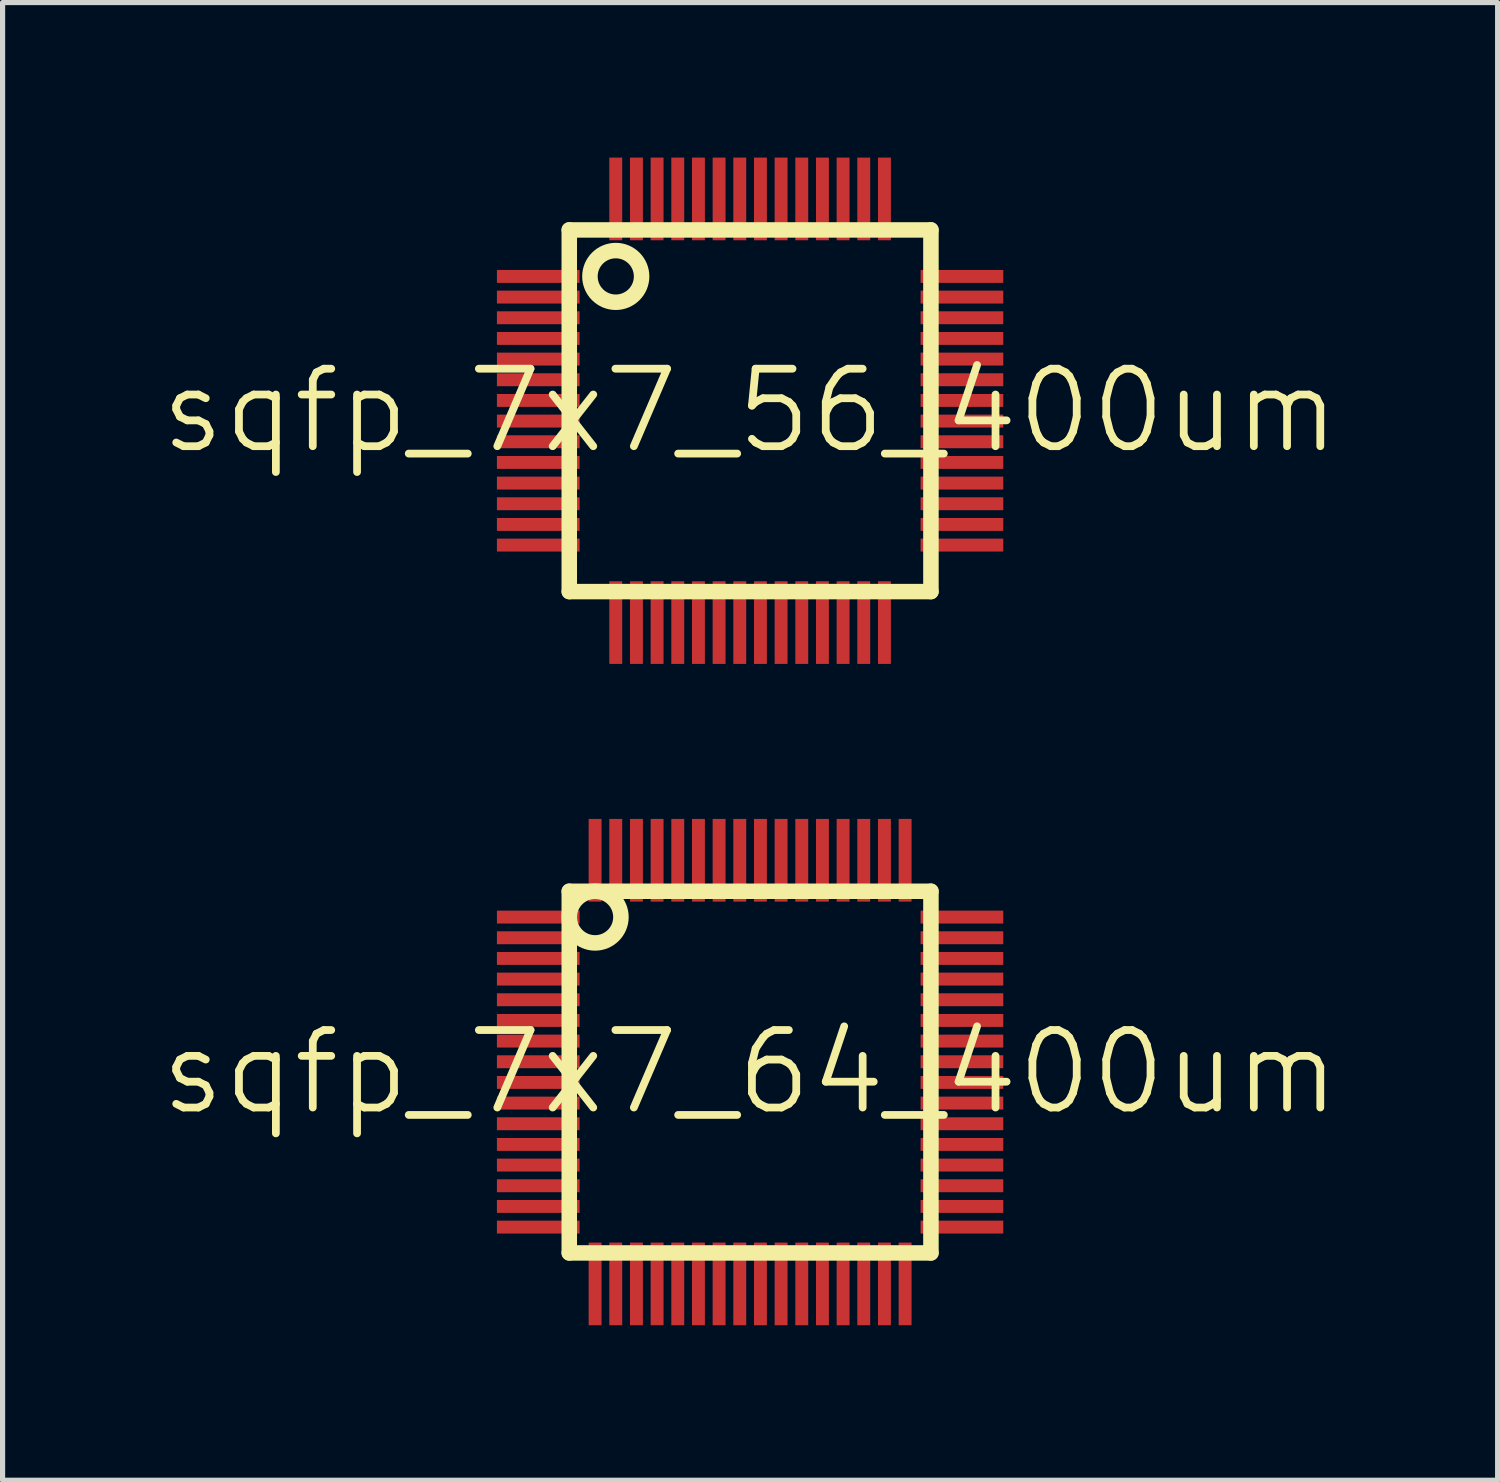
<source format=kicad_pcb>
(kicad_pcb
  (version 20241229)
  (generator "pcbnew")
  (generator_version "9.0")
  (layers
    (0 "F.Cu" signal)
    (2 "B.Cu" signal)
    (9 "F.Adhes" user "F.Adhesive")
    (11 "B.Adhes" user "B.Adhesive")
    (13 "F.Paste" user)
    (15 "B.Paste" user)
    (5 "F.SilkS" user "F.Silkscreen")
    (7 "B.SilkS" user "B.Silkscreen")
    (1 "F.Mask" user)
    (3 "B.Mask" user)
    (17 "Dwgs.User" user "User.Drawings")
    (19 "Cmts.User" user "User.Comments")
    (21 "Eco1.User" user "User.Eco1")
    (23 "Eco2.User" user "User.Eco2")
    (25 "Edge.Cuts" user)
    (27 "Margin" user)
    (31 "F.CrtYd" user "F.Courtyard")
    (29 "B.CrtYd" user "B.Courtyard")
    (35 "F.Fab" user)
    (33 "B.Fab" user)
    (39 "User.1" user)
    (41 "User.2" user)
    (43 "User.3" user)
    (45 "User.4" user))
  (footprint "sqfp_7x7_56_400um"
    (layer "F.Cu")
    (at 11.468 4.9)
    (property "Reference" "sqfp_7x7_56_400um" (at 0 0 0) (layer "F.SilkS") (effects (font (size 1.5 1.5) (thickness 0.15))))
    (attr through_hole)
    (fp_line (start -3.5 -3.5) (end 3.5 -3.5) (stroke (width 0.3) (type solid)) (layer "F.SilkS"))
    (fp_line (start -3.5 3.5) (end -3.5 -3.5) (stroke (width 0.3) (type solid)) (layer "F.SilkS"))
    (fp_line (start 3.5 -3.5) (end 3.5 3.5) (stroke (width 0.3) (type solid)) (layer "F.SilkS"))
    (fp_line (start 3.5 3.5) (end -3.5 3.5) (stroke (width 0.3) (type solid)) (layer "F.SilkS"))
    (fp_circle (center -2.6 -2.6) (end -2.1 -2.6) (stroke (width 0.3) (type solid)) (fill no) (layer "F.SilkS"))
    (pad "1" smd rect (at -4.1 -2.6 90) (size 0.25 1.6) (layers "F.Cu" "F.Mask" "F.Paste"))
    (pad "2" smd rect (at -4.1 -2.2 90) (size 0.25 1.6) (layers "F.Cu" "F.Mask" "F.Paste"))
    (pad "3" smd rect (at -4.1 -1.8 90) (size 0.25 1.6) (layers "F.Cu" "F.Mask" "F.Paste"))
    (pad "4" smd rect (at -4.1 -1.4 90) (size 0.25 1.6) (layers "F.Cu" "F.Mask" "F.Paste"))
    (pad "5" smd rect (at -4.1 -1 90) (size 0.25 1.6) (layers "F.Cu" "F.Mask" "F.Paste"))
    (pad "6" smd rect (at -4.1 -0.6 90) (size 0.25 1.6) (layers "F.Cu" "F.Mask" "F.Paste"))
    (pad "7" smd rect (at -4.1 -0.2 90) (size 0.25 1.6) (layers "F.Cu" "F.Mask" "F.Paste"))
    (pad "8" smd rect (at -4.1 0.2 90) (size 0.25 1.6) (layers "F.Cu" "F.Mask" "F.Paste"))
    (pad "9" smd rect (at -4.1 0.6 90) (size 0.25 1.6) (layers "F.Cu" "F.Mask" "F.Paste"))
    (pad "10" smd rect (at -4.1 1 90) (size 0.25 1.6) (layers "F.Cu" "F.Mask" "F.Paste"))
    (pad "11" smd rect (at -4.1 1.4 90) (size 0.25 1.6) (layers "F.Cu" "F.Mask" "F.Paste"))
    (pad "12" smd rect (at -4.1 1.8 90) (size 0.25 1.6) (layers "F.Cu" "F.Mask" "F.Paste"))
    (pad "13" smd rect (at -4.1 2.2 90) (size 0.25 1.6) (layers "F.Cu" "F.Mask" "F.Paste"))
    (pad "14" smd rect (at -4.1 2.6 90) (size 0.25 1.6) (layers "F.Cu" "F.Mask" "F.Paste"))
    (pad "15" smd rect (at -2.6 4.1) (size 0.25 1.6) (layers "F.Cu" "F.Mask" "F.Paste"))
    (pad "16" smd rect (at -2.2 4.1) (size 0.25 1.6) (layers "F.Cu" "F.Mask" "F.Paste"))
    (pad "17" smd rect (at -1.8 4.1) (size 0.25 1.6) (layers "F.Cu" "F.Mask" "F.Paste"))
    (pad "18" smd rect (at -1.4 4.1) (size 0.25 1.6) (layers "F.Cu" "F.Mask" "F.Paste"))
    (pad "19" smd rect (at -1 4.1) (size 0.25 1.6) (layers "F.Cu" "F.Mask" "F.Paste"))
    (pad "20" smd rect (at -0.6 4.1) (size 0.25 1.6) (layers "F.Cu" "F.Mask" "F.Paste"))
    (pad "21" smd rect (at -0.2 4.1) (size 0.25 1.6) (layers "F.Cu" "F.Mask" "F.Paste"))
    (pad "22" smd rect (at 0.2 4.1) (size 0.25 1.6) (layers "F.Cu" "F.Mask" "F.Paste"))
    (pad "23" smd rect (at 0.6 4.1) (size 0.25 1.6) (layers "F.Cu" "F.Mask" "F.Paste"))
    (pad "24" smd rect (at 1 4.1) (size 0.25 1.6) (layers "F.Cu" "F.Mask" "F.Paste"))
    (pad "25" smd rect (at 1.4 4.1) (size 0.25 1.6) (layers "F.Cu" "F.Mask" "F.Paste"))
    (pad "26" smd rect (at 1.8 4.1) (size 0.25 1.6) (layers "F.Cu" "F.Mask" "F.Paste"))
    (pad "27" smd rect (at 2.2 4.1) (size 0.25 1.6) (layers "F.Cu" "F.Mask" "F.Paste"))
    (pad "28" smd rect (at 2.6 4.1) (size 0.25 1.6) (layers "F.Cu" "F.Mask" "F.Paste"))
    (pad "29" smd rect (at 4.1 2.6 90) (size 0.25 1.6) (layers "F.Cu" "F.Mask" "F.Paste"))
    (pad "30" smd rect (at 4.1 2.2 90) (size 0.25 1.6) (layers "F.Cu" "F.Mask" "F.Paste"))
    (pad "31" smd rect (at 4.1 1.8 90) (size 0.25 1.6) (layers "F.Cu" "F.Mask" "F.Paste"))
    (pad "32" smd rect (at 4.1 1.4 90) (size 0.25 1.6) (layers "F.Cu" "F.Mask" "F.Paste"))
    (pad "33" smd rect (at 4.1 1 90) (size 0.25 1.6) (layers "F.Cu" "F.Mask" "F.Paste"))
    (pad "34" smd rect (at 4.1 0.6 90) (size 0.25 1.6) (layers "F.Cu" "F.Mask" "F.Paste"))
    (pad "35" smd rect (at 4.1 0.2 90) (size 0.25 1.6) (layers "F.Cu" "F.Mask" "F.Paste"))
    (pad "36" smd rect (at 4.1 -0.2 90) (size 0.25 1.6) (layers "F.Cu" "F.Mask" "F.Paste"))
    (pad "37" smd rect (at 4.1 -0.6 90) (size 0.25 1.6) (layers "F.Cu" "F.Mask" "F.Paste"))
    (pad "38" smd rect (at 4.1 -1 90) (size 0.25 1.6) (layers "F.Cu" "F.Mask" "F.Paste"))
    (pad "39" smd rect (at 4.1 -1.4 90) (size 0.25 1.6) (layers "F.Cu" "F.Mask" "F.Paste"))
    (pad "40" smd rect (at 4.1 -1.8 90) (size 0.25 1.6) (layers "F.Cu" "F.Mask" "F.Paste"))
    (pad "41" smd rect (at 4.1 -2.2 90) (size 0.25 1.6) (layers "F.Cu" "F.Mask" "F.Paste"))
    (pad "42" smd rect (at 4.1 -2.6 90) (size 0.25 1.6) (layers "F.Cu" "F.Mask" "F.Paste"))
    (pad "43" smd rect (at 2.6 -4.1) (size 0.25 1.6) (layers "F.Cu" "F.Mask" "F.Paste"))
    (pad "44" smd rect (at 2.2 -4.1) (size 0.25 1.6) (layers "F.Cu" "F.Mask" "F.Paste"))
    (pad "45" smd rect (at 1.8 -4.1) (size 0.25 1.6) (layers "F.Cu" "F.Mask" "F.Paste"))
    (pad "46" smd rect (at 1.4 -4.1) (size 0.25 1.6) (layers "F.Cu" "F.Mask" "F.Paste"))
    (pad "47" smd rect (at 1 -4.1) (size 0.25 1.6) (layers "F.Cu" "F.Mask" "F.Paste"))
    (pad "48" smd rect (at 0.6 -4.1) (size 0.25 1.6) (layers "F.Cu" "F.Mask" "F.Paste"))
    (pad "49" smd rect (at 0.2 -4.1) (size 0.25 1.6) (layers "F.Cu" "F.Mask" "F.Paste"))
    (pad "50" smd rect (at -0.2 -4.1) (size 0.25 1.6) (layers "F.Cu" "F.Mask" "F.Paste"))
    (pad "51" smd rect (at -0.6 -4.1) (size 0.25 1.6) (layers "F.Cu" "F.Mask" "F.Paste"))
    (pad "52" smd rect (at -1 -4.1) (size 0.25 1.6) (layers "F.Cu" "F.Mask" "F.Paste"))
    (pad "53" smd rect (at -1.4 -4.1) (size 0.25 1.6) (layers "F.Cu" "F.Mask" "F.Paste"))
    (pad "54" smd rect (at -1.8 -4.1) (size 0.25 1.6) (layers "F.Cu" "F.Mask" "F.Paste"))
    (pad "55" smd rect (at -2.2 -4.1) (size 0.25 1.6) (layers "F.Cu" "F.Mask" "F.Paste"))
    (pad "56" smd rect (at -2.6 -4.1) (size 0.25 1.6) (layers "F.Cu" "F.Mask" "F.Paste")))
  (footprint "sqfp_7x7_64_400um"
    (layer "F.Cu")
    (at 11.468 17.7)
    (property "Reference" "sqfp_7x7_64_400um" (at 0 0 0) (layer "F.SilkS") (effects (font (size 1.5 1.5) (thickness 0.15))))
    (attr through_hole)
    (fp_line (start -3.5 -3.5) (end 3.5 -3.5) (stroke (width 0.3) (type solid)) (layer "F.SilkS"))
    (fp_line (start -3.5 3.5) (end -3.5 -3.5) (stroke (width 0.3) (type solid)) (layer "F.SilkS"))
    (fp_line (start 3.5 -3.5) (end 3.5 3.5) (stroke (width 0.3) (type solid)) (layer "F.SilkS"))
    (fp_line (start 3.5 3.5) (end -3.5 3.5) (stroke (width 0.3) (type solid)) (layer "F.SilkS"))
    (fp_circle (center -3 -3) (end -2.5 -3) (stroke (width 0.3) (type solid)) (fill no) (layer "F.SilkS"))
    (pad "1" smd rect (at -4.1 -3 90) (size 0.25 1.6) (layers "F.Cu" "F.Mask" "F.Paste"))
    (pad "2" smd rect (at -4.1 -2.6 90) (size 0.25 1.6) (layers "F.Cu" "F.Mask" "F.Paste"))
    (pad "3" smd rect (at -4.1 -2.2 90) (size 0.25 1.6) (layers "F.Cu" "F.Mask" "F.Paste"))
    (pad "4" smd rect (at -4.1 -1.8 90) (size 0.25 1.6) (layers "F.Cu" "F.Mask" "F.Paste"))
    (pad "5" smd rect (at -4.1 -1.4 90) (size 0.25 1.6) (layers "F.Cu" "F.Mask" "F.Paste"))
    (pad "6" smd rect (at -4.1 -1 90) (size 0.25 1.6) (layers "F.Cu" "F.Mask" "F.Paste"))
    (pad "7" smd rect (at -4.1 -0.6 90) (size 0.25 1.6) (layers "F.Cu" "F.Mask" "F.Paste"))
    (pad "8" smd rect (at -4.1 -0.2 90) (size 0.25 1.6) (layers "F.Cu" "F.Mask" "F.Paste"))
    (pad "9" smd rect (at -4.1 0.2 90) (size 0.25 1.6) (layers "F.Cu" "F.Mask" "F.Paste"))
    (pad "10" smd rect (at -4.1 0.6 90) (size 0.25 1.6) (layers "F.Cu" "F.Mask" "F.Paste"))
    (pad "11" smd rect (at -4.1 1 90) (size 0.25 1.6) (layers "F.Cu" "F.Mask" "F.Paste"))
    (pad "12" smd rect (at -4.1 1.4 90) (size 0.25 1.6) (layers "F.Cu" "F.Mask" "F.Paste"))
    (pad "13" smd rect (at -4.1 1.8 90) (size 0.25 1.6) (layers "F.Cu" "F.Mask" "F.Paste"))
    (pad "14" smd rect (at -4.1 2.2 90) (size 0.25 1.6) (layers "F.Cu" "F.Mask" "F.Paste"))
    (pad "15" smd rect (at -4.1 2.6 90) (size 0.25 1.6) (layers "F.Cu" "F.Mask" "F.Paste"))
    (pad "16" smd rect (at -4.1 3 90) (size 0.25 1.6) (layers "F.Cu" "F.Mask" "F.Paste"))
    (pad "17" smd rect (at -3 4.1) (size 0.25 1.6) (layers "F.Cu" "F.Mask" "F.Paste"))
    (pad "18" smd rect (at -2.6 4.1) (size 0.25 1.6) (layers "F.Cu" "F.Mask" "F.Paste"))
    (pad "19" smd rect (at -2.2 4.1) (size 0.25 1.6) (layers "F.Cu" "F.Mask" "F.Paste"))
    (pad "20" smd rect (at -1.8 4.1) (size 0.25 1.6) (layers "F.Cu" "F.Mask" "F.Paste"))
    (pad "21" smd rect (at -1.4 4.1) (size 0.25 1.6) (layers "F.Cu" "F.Mask" "F.Paste"))
    (pad "22" smd rect (at -1 4.1) (size 0.25 1.6) (layers "F.Cu" "F.Mask" "F.Paste"))
    (pad "23" smd rect (at -0.6 4.1) (size 0.25 1.6) (layers "F.Cu" "F.Mask" "F.Paste"))
    (pad "24" smd rect (at -0.2 4.1) (size 0.25 1.6) (layers "F.Cu" "F.Mask" "F.Paste"))
    (pad "25" smd rect (at 0.2 4.1) (size 0.25 1.6) (layers "F.Cu" "F.Mask" "F.Paste"))
    (pad "26" smd rect (at 0.6 4.1) (size 0.25 1.6) (layers "F.Cu" "F.Mask" "F.Paste"))
    (pad "27" smd rect (at 1 4.1) (size 0.25 1.6) (layers "F.Cu" "F.Mask" "F.Paste"))
    (pad "28" smd rect (at 1.4 4.1) (size 0.25 1.6) (layers "F.Cu" "F.Mask" "F.Paste"))
    (pad "29" smd rect (at 1.8 4.1) (size 0.25 1.6) (layers "F.Cu" "F.Mask" "F.Paste"))
    (pad "30" smd rect (at 2.2 4.1) (size 0.25 1.6) (layers "F.Cu" "F.Mask" "F.Paste"))
    (pad "31" smd rect (at 2.6 4.1) (size 0.25 1.6) (layers "F.Cu" "F.Mask" "F.Paste"))
    (pad "32" smd rect (at 3 4.1) (size 0.25 1.6) (layers "F.Cu" "F.Mask" "F.Paste"))
    (pad "33" smd rect (at 4.1 3 90) (size 0.25 1.6) (layers "F.Cu" "F.Mask" "F.Paste"))
    (pad "34" smd rect (at 4.1 2.6 90) (size 0.25 1.6) (layers "F.Cu" "F.Mask" "F.Paste"))
    (pad "35" smd rect (at 4.1 2.2 90) (size 0.25 1.6) (layers "F.Cu" "F.Mask" "F.Paste"))
    (pad "36" smd rect (at 4.1 1.8 90) (size 0.25 1.6) (layers "F.Cu" "F.Mask" "F.Paste"))
    (pad "37" smd rect (at 4.1 1.4 90) (size 0.25 1.6) (layers "F.Cu" "F.Mask" "F.Paste"))
    (pad "38" smd rect (at 4.1 1 90) (size 0.25 1.6) (layers "F.Cu" "F.Mask" "F.Paste"))
    (pad "39" smd rect (at 4.1 0.6 90) (size 0.25 1.6) (layers "F.Cu" "F.Mask" "F.Paste"))
    (pad "40" smd rect (at 4.1 0.2 90) (size 0.25 1.6) (layers "F.Cu" "F.Mask" "F.Paste"))
    (pad "41" smd rect (at 4.1 -0.2 90) (size 0.25 1.6) (layers "F.Cu" "F.Mask" "F.Paste"))
    (pad "42" smd rect (at 4.1 -0.6 90) (size 0.25 1.6) (layers "F.Cu" "F.Mask" "F.Paste"))
    (pad "43" smd rect (at 4.1 -1 90) (size 0.25 1.6) (layers "F.Cu" "F.Mask" "F.Paste"))
    (pad "44" smd rect (at 4.1 -1.4 90) (size 0.25 1.6) (layers "F.Cu" "F.Mask" "F.Paste"))
    (pad "45" smd rect (at 4.1 -1.8 90) (size 0.25 1.6) (layers "F.Cu" "F.Mask" "F.Paste"))
    (pad "46" smd rect (at 4.1 -2.2 90) (size 0.25 1.6) (layers "F.Cu" "F.Mask" "F.Paste"))
    (pad "47" smd rect (at 4.1 -2.6 90) (size 0.25 1.6) (layers "F.Cu" "F.Mask" "F.Paste"))
    (pad "48" smd rect (at 4.1 -3 90) (size 0.25 1.6) (layers "F.Cu" "F.Mask" "F.Paste"))
    (pad "49" smd rect (at 3 -4.1) (size 0.25 1.6) (layers "F.Cu" "F.Mask" "F.Paste"))
    (pad "50" smd rect (at 2.6 -4.1) (size 0.25 1.6) (layers "F.Cu" "F.Mask" "F.Paste"))
    (pad "51" smd rect (at 2.2 -4.1) (size 0.25 1.6) (layers "F.Cu" "F.Mask" "F.Paste"))
    (pad "52" smd rect (at 1.8 -4.1) (size 0.25 1.6) (layers "F.Cu" "F.Mask" "F.Paste"))
    (pad "53" smd rect (at 1.4 -4.1) (size 0.25 1.6) (layers "F.Cu" "F.Mask" "F.Paste"))
    (pad "54" smd rect (at 1 -4.1) (size 0.25 1.6) (layers "F.Cu" "F.Mask" "F.Paste"))
    (pad "55" smd rect (at 0.6 -4.1) (size 0.25 1.6) (layers "F.Cu" "F.Mask" "F.Paste"))
    (pad "56" smd rect (at 0.2 -4.1) (size 0.25 1.6) (layers "F.Cu" "F.Mask" "F.Paste"))
    (pad "57" smd rect (at -0.2 -4.1) (size 0.25 1.6) (layers "F.Cu" "F.Mask" "F.Paste"))
    (pad "58" smd rect (at -0.6 -4.1) (size 0.25 1.6) (layers "F.Cu" "F.Mask" "F.Paste"))
    (pad "59" smd rect (at -1 -4.1) (size 0.25 1.6) (layers "F.Cu" "F.Mask" "F.Paste"))
    (pad "60" smd rect (at -1.4 -4.1) (size 0.25 1.6) (layers "F.Cu" "F.Mask" "F.Paste"))
    (pad "61" smd rect (at -1.8 -4.1) (size 0.25 1.6) (layers "F.Cu" "F.Mask" "F.Paste"))
    (pad "62" smd rect (at -2.2 -4.1) (size 0.25 1.6) (layers "F.Cu" "F.Mask" "F.Paste"))
    (pad "63" smd rect (at -2.6 -4.1) (size 0.25 1.6) (layers "F.Cu" "F.Mask" "F.Paste"))
    (pad "64" smd rect (at -3 -4.1) (size 0.25 1.6) (layers "F.Cu" "F.Mask" "F.Paste")))
  (gr_rect
    (start -3 -3)
    (end 25.936 25.6)
    (stroke (width 0.1) (type default))
    (fill no)
    (layer "Edge.Cuts")))
</source>
